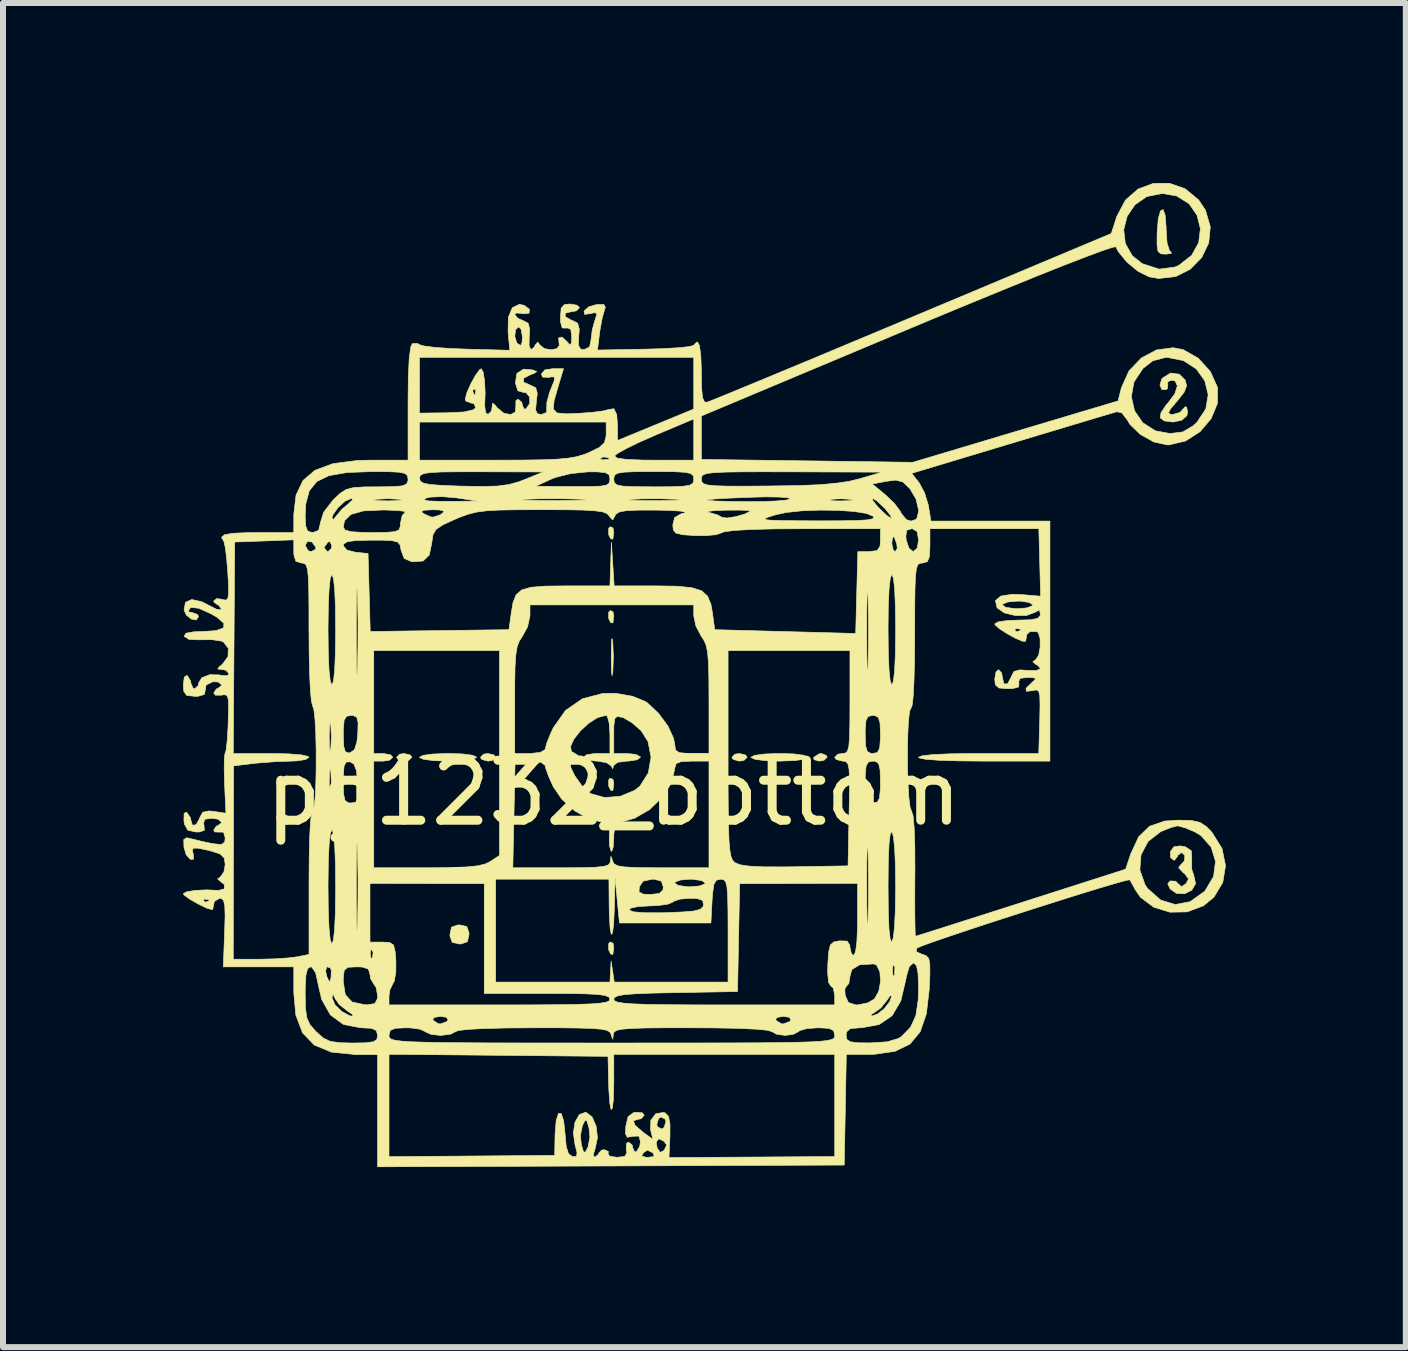
<source format=kicad_pcb>
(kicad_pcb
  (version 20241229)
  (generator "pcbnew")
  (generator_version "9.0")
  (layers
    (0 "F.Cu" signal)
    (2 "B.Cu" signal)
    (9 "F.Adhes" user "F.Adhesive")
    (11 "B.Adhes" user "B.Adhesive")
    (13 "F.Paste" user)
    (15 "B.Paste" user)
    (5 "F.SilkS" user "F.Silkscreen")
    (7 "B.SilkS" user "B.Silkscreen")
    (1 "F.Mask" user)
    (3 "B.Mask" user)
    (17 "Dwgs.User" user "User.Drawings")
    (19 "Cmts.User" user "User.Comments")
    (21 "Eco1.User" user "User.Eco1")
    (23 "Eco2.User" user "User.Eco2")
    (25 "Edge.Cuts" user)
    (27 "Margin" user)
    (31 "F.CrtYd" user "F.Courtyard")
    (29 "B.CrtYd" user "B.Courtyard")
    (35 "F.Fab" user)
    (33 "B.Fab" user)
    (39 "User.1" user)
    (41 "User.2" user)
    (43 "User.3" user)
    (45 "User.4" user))
  (footprint "pg1232_bottom"
    (layer "F.Cu")
    (at 7.178 9.667)
    (property "Reference" "pg1232_bottom" (at 0 0.5 0) (layer "F.SilkS") (effects (font (size 1 1) (thickness 0.15))))
    (attr through_hole)
    (fp_poly (pts (xy -0.01 -3.917) (xy 0.003 -3.844) (xy -0.012 -3.73) (xy -0.049 -3.737) (xy -0.083 -3.807) (xy -0.082 -3.909) (xy -0.058 -3.937) (xy -0.01 -3.917)) (stroke (width 0.01) (type solid)) (fill yes) (layer "F.SilkS"))
    (fp_poly (pts (xy -0.01 -2.52) (xy 0.003 -2.447) (xy -0.012 -2.333) (xy -0.049 -2.34) (xy -0.083 -2.41) (xy -0.082 -2.512) (xy -0.058 -2.54) (xy -0.01 -2.52)) (stroke (width 0.01) (type solid)) (fill yes) (layer "F.SilkS"))
    (fp_poly (pts (xy -0.01 0.274) (xy 0.003 0.347) (xy -0.012 0.461) (xy -0.049 0.454) (xy -0.083 0.384) (xy -0.082 0.282) (xy -0.058 0.254) (xy -0.01 0.274)) (stroke (width 0.01) (type solid)) (fill yes) (layer "F.SilkS"))
    (fp_poly (pts (xy -0.01 3.005) (xy 0.003 3.077) (xy -0.012 3.192) (xy -0.049 3.185) (xy -0.083 3.115) (xy -0.082 3.013) (xy -0.058 2.984) (xy -0.01 3.005)) (stroke (width 0.01) (type solid)) (fill yes) (layer "F.SilkS"))
    (fp_poly (pts (xy -3.387 -0.131) (xy -3.363 -0.094) (xy -3.416 -0.042) (xy -3.49 -0.03) (xy -3.593 -0.057) (xy -3.617 -0.094) (xy -3.564 -0.146) (xy -3.49 -0.157) (xy -3.387 -0.131)) (stroke (width 0.01) (type solid)) (fill yes) (layer "F.SilkS"))
    (fp_poly (pts (xy -1.99 -0.131) (xy -1.966 -0.094) (xy -2.019 -0.042) (xy -2.093 -0.03) (xy -2.196 -0.057) (xy -2.22 -0.094) (xy -2.167 -0.146) (xy -2.093 -0.157) (xy -1.99 -0.131)) (stroke (width 0.01) (type solid)) (fill yes) (layer "F.SilkS"))
    (fp_poly (pts (xy 2.201 -0.131) (xy 2.225 -0.094) (xy 2.172 -0.042) (xy 2.098 -0.03) (xy 1.995 -0.057) (xy 1.971 -0.094) (xy 2.024 -0.146) (xy 2.098 -0.157) (xy 2.201 -0.131)) (stroke (width 0.01) (type solid)) (fill yes) (layer "F.SilkS"))
    (fp_poly (pts (xy 3.549 -0.122) (xy 3.559 -0.094) (xy 3.505 -0.043) (xy 3.428 -0.03) (xy 3.34 -0.055) (xy 3.336 -0.094) (xy 3.428 -0.152) (xy 3.467 -0.157) (xy 3.549 -0.122)) (stroke (width 0.01) (type solid)) (fill yes) (layer "F.SilkS"))
    (fp_poly (pts (xy -0.02 -2.06) (xy -0.014 -2.013) (xy -0.004 -1.773) (xy -0.012 -1.537) (xy -0.015 -1.505) (xy -0.026 -1.453) (xy -0.034 -1.515) (xy -0.039 -1.675) (xy -0.039 -1.777) (xy -0.036 -1.973) (xy -0.03 -2.071) (xy -0.02 -2.06)) (stroke (width 0.01) (type solid)) (fill yes) (layer "F.SilkS"))
    (fp_poly (pts (xy -2.448 2.726) (xy -2.411 2.83) (xy -2.41 2.859) (xy -2.437 2.98) (xy -2.54 3.017) (xy -2.569 3.018) (xy -2.69 2.991) (xy -2.727 2.888) (xy -2.728 2.859) (xy -2.702 2.738) (xy -2.598 2.701) (xy -2.569 2.7) (xy -2.448 2.726)) (stroke (width 0.01) (type solid)) (fill yes) (layer "F.SilkS"))
    (fp_poly (pts (xy 9.193 -9.134) (xy 9.21 -8.926) (xy 9.21 -8.899) (xy 9.225 -8.669) (xy 9.266 -8.538) (xy 9.289 -8.518) (xy 9.297 -8.493) (xy 9.21 -8.481) (xy 9.121 -8.486) (xy 9.074 -8.528) (xy 9.058 -8.638) (xy 9.06 -8.839) (xy 9.079 -9.072) (xy 9.116 -9.202) (xy 9.158 -9.224) (xy 9.193 -9.134)) (stroke (width 0.01) (type solid)) (fill yes) (layer "F.SilkS"))
    (fp_poly (pts (xy -2.52 -0.15) (xy -2.352 -0.128) (xy -2.284 -0.097) (xy -2.283 -0.094) (xy -2.343 -0.062) (xy -2.503 -0.04) (xy -2.737 -0.031) (xy -2.76 -0.03) (xy -3 -0.038) (xy -3.167 -0.06) (xy -3.236 -0.091) (xy -3.236 -0.094) (xy -3.177 -0.126) (xy -3.017 -0.148) (xy -2.782 -0.157) (xy -2.76 -0.157) (xy -2.52 -0.15)) (stroke (width 0.01) (type solid)) (fill yes) (layer "F.SilkS"))
    (fp_poly (pts (xy 3.005 -0.15) (xy 3.172 -0.128) (xy 3.241 -0.097) (xy 3.241 -0.094) (xy 3.182 -0.062) (xy 3.022 -0.04) (xy 2.787 -0.031) (xy 2.765 -0.03) (xy 2.525 -0.038) (xy 2.358 -0.06) (xy 2.289 -0.091) (xy 2.289 -0.094) (xy 2.348 -0.126) (xy 2.508 -0.148) (xy 2.742 -0.157) (xy 2.765 -0.157) (xy 3.005 -0.15)) (stroke (width 0.01) (type solid)) (fill yes) (layer "F.SilkS"))
    (fp_poly (pts (xy 9.431 -6.479) (xy 9.526 -6.383) (xy 9.552 -6.287) (xy 9.51 -6.179) (xy 9.395 -6.034) (xy 9.281 -5.899) (xy 9.248 -5.832) (xy 9.287 -5.81) (xy 9.325 -5.809) (xy 9.443 -5.843) (xy 9.482 -5.888) (xy 9.531 -5.938) (xy 9.552 -5.929) (xy 9.569 -5.845) (xy 9.554 -5.786) (xy 9.468 -5.712) (xy 9.322 -5.682) (xy 9.18 -5.701) (xy 9.112 -5.751) (xy 9.124 -5.836) (xy 9.207 -5.962) (xy 9.235 -5.992) (xy 9.354 -6.151) (xy 9.397 -6.284) (xy 9.36 -6.366) (xy 9.302 -6.38) (xy 9.234 -6.352) (xy 9.239 -6.321) (xy 9.232 -6.239) (xy 9.215 -6.225) (xy 9.14 -6.222) (xy 9.107 -6.296) (xy 9.136 -6.397) (xy 9.149 -6.415) (xy 9.285 -6.499) (xy 9.431 -6.479)) (stroke (width 0.01) (type solid)) (fill yes) (layer "F.SilkS"))
    (fp_poly (pts (xy 9.534 1.4) (xy 9.63 1.465) (xy 9.638 1.592) (xy 9.636 1.606) (xy 9.637 1.774) (xy 9.673 1.881) (xy 9.701 2.012) (xy 9.639 2.119) (xy 9.521 2.18) (xy 9.385 2.176) (xy 9.278 2.102) (xy 9.237 2.014) (xy 9.278 1.967) (xy 9.369 1.972) (xy 9.405 2.009) (xy 9.465 2.063) (xy 9.541 2.013) (xy 9.584 1.935) (xy 9.527 1.856) (xy 9.496 1.831) (xy 9.418 1.747) (xy 9.448 1.703) (xy 9.513 1.636) (xy 9.523 1.545) (xy 9.473 1.494) (xy 9.464 1.494) (xy 9.402 1.542) (xy 9.401 1.557) (xy 9.352 1.619) (xy 9.337 1.621) (xy 9.282 1.574) (xy 9.282 1.478) (xy 9.338 1.398) (xy 9.338 1.398) (xy 9.445 1.383) (xy 9.534 1.4)) (stroke (width 0.01) (type solid)) (fill yes) (layer "F.SilkS"))
    (fp_poly (pts (xy 9.526 -9.571) (xy 9.751 -9.385) (xy 9.865 -9.215) (xy 9.946 -8.938) (xy 9.92 -8.667) (xy 9.803 -8.424) (xy 9.613 -8.23) (xy 9.369 -8.107) (xy 9.087 -8.075) (xy 8.928 -8.102) (xy 8.741 -8.195) (xy 8.553 -8.351) (xy 8.411 -8.526) (xy 8.373 -8.604) (xy 8.312 -8.594) (xy 8.142 -8.537) (xy 7.871 -8.436) (xy 7.509 -8.296) (xy 7.062 -8.118) (xy 6.541 -7.906) (xy 5.951 -7.664) (xy 5.303 -7.395) (xy 4.907 -7.229) (xy 1.463 -5.783) (xy 1.463 -5.059) (xy 4.987 -5.011) (xy 6.698 -5.523) (xy 8.409 -6.034) (xy 8.427 -6.105) (xy 8.63 -6.105) (xy 8.683 -5.87) (xy 8.82 -5.671) (xy 9.03 -5.536) (xy 9.274 -5.491) (xy 9.49 -5.518) (xy 9.66 -5.619) (xy 9.723 -5.677) (xy 9.871 -5.9) (xy 9.911 -6.139) (xy 9.854 -6.37) (xy 9.713 -6.567) (xy 9.499 -6.706) (xy 9.224 -6.761) (xy 9.208 -6.761) (xy 8.988 -6.703) (xy 8.824 -6.576) (xy 8.674 -6.35) (xy 8.63 -6.105) (xy 8.427 -6.105) (xy 8.465 -6.255) (xy 8.591 -6.534) (xy 8.796 -6.749) (xy 9.05 -6.884) (xy 9.328 -6.921) (xy 9.494 -6.889) (xy 9.743 -6.748) (xy 9.947 -6.524) (xy 10.065 -6.263) (xy 10.067 -6.254) (xy 10.065 -5.992) (xy 9.96 -5.739) (xy 9.776 -5.522) (xy 9.535 -5.367) (xy 9.262 -5.302) (xy 9.232 -5.301) (xy 9.006 -5.35) (xy 8.78 -5.475) (xy 8.606 -5.644) (xy 8.562 -5.718) (xy 8.471 -5.836) (xy 8.388 -5.854) (xy 8.303 -5.829) (xy 8.113 -5.773) (xy 7.836 -5.69) (xy 7.487 -5.585) (xy 7.084 -5.464) (xy 6.643 -5.331) (xy 6.629 -5.327) (xy 4.969 -4.827) (xy 5.09 -4.674) (xy 5.182 -4.505) (xy 5.246 -4.298) (xy 5.25 -4.275) (xy 5.289 -4.031) (xy 7.273 -4.031) (xy 7.273 -0.03) (xy 6.178 -0.03) (xy 5.753 -0.034) (xy 5.424 -0.044) (xy 5.201 -0.061) (xy 5.092 -0.084) (xy 5.083 -0.094) (xy 5.144 -0.119) (xy 5.323 -0.139) (xy 5.608 -0.152) (xy 5.989 -0.157) (xy 6.085 -0.157) (xy 7.087 -0.157) (xy 7.103 -0.702) (xy 7.108 -0.964) (xy 7.104 -1.122) (xy 7.084 -1.199) (xy 7.044 -1.218) (xy 6.989 -1.206) (xy 6.881 -1.193) (xy 6.874 -1.243) (xy 6.971 -1.338) (xy 6.972 -1.339) (xy 7.037 -1.399) (xy 7 -1.421) (xy 6.901 -1.425) (xy 6.774 -1.41) (xy 6.751 -1.35) (xy 6.757 -1.332) (xy 6.752 -1.267) (xy 6.656 -1.24) (xy 6.573 -1.237) (xy 6.423 -1.249) (xy 6.363 -1.303) (xy 6.353 -1.396) (xy 6.374 -1.515) (xy 6.416 -1.554) (xy 6.468 -1.501) (xy 6.48 -1.427) (xy 6.506 -1.318) (xy 6.565 -1.317) (xy 6.623 -1.421) (xy 6.627 -1.435) (xy 6.673 -1.524) (xy 6.772 -1.551) (xy 6.888 -1.543) (xy 7.047 -1.54) (xy 7.115 -1.57) (xy 7.075 -1.623) (xy 7.035 -1.644) (xy 6.988 -1.686) (xy 7.035 -1.719) (xy 7.085 -1.794) (xy 7.11 -1.929) (xy 7.109 -2.072) (xy 7.08 -2.172) (xy 7.051 -2.189) (xy 6.94 -2.189) (xy 6.887 -2.14) (xy 6.884 -2.126) (xy 6.87 -2.035) (xy 6.868 -2.029) (xy 6.815 -2.029) (xy 6.697 -2.079) (xy 6.555 -2.157) (xy 6.44 -2.232) (xy 6.691 -2.232) (xy 6.7 -2.194) (xy 6.734 -2.189) (xy 6.786 -2.213) (xy 6.776 -2.232) (xy 6.701 -2.239) (xy 6.691 -2.232) (xy 6.44 -2.232) (xy 6.428 -2.239) (xy 6.357 -2.305) (xy 6.353 -2.318) (xy 6.41 -2.351) (xy 6.56 -2.373) (xy 6.734 -2.38) (xy 6.951 -2.386) (xy 7.069 -2.41) (xy 7.112 -2.459) (xy 7.115 -2.483) (xy 7.096 -2.55) (xy 7.024 -2.511) (xy 7.024 -2.511) (xy 6.883 -2.458) (xy 6.693 -2.457) (xy 6.51 -2.502) (xy 6.393 -2.585) (xy 6.391 -2.588) (xy 6.381 -2.634) (xy 6.48 -2.634) (xy 6.536 -2.594) (xy 6.677 -2.572) (xy 6.734 -2.57) (xy 6.893 -2.585) (xy 6.981 -2.62) (xy 6.988 -2.634) (xy 6.931 -2.674) (xy 6.79 -2.696) (xy 6.734 -2.697) (xy 6.574 -2.683) (xy 6.486 -2.648) (xy 6.48 -2.634) (xy 6.381 -2.634) (xy 6.365 -2.706) (xy 6.453 -2.781) (xy 6.647 -2.811) (xy 6.815 -2.805) (xy 7.118 -2.779) (xy 7.103 -3.342) (xy 7.088 -3.904) (xy 5.273 -3.904) (xy 5.273 -3.618) (xy 5.265 -3.44) (xy 5.23 -3.355) (xy 5.155 -3.333) (xy 5.146 -3.332) (xy 5.102 -3.327) (xy 5.069 -3.301) (xy 5.047 -3.235) (xy 5.032 -3.115) (xy 5.024 -2.923) (xy 5.02 -2.642) (xy 5.019 -2.255) (xy 5.019 -2.126) (xy 5.016 -1.71) (xy 5.007 -1.367) (xy 4.994 -1.112) (xy 4.976 -0.959) (xy 4.959 -0.919) (xy 4.934 -0.861) (xy 4.915 -0.703) (xy 4.904 -0.475) (xy 4.899 -0.205) (xy 4.9 0.08) (xy 4.908 0.351) (xy 4.922 0.581) (xy 4.942 0.74) (xy 4.965 0.801) (xy 4.992 0.882) (xy 5.01 1.081) (xy 5.021 1.39) (xy 5.023 1.801) (xy 5.022 1.866) (xy 5.02 2.21) (xy 5.021 2.505) (xy 5.024 2.729) (xy 5.028 2.862) (xy 5.032 2.889) (xy 5.095 2.87) (xy 5.264 2.817) (xy 5.522 2.735) (xy 5.856 2.628) (xy 6.25 2.503) (xy 6.688 2.363) (xy 6.793 2.329) (xy 8.493 1.785) (xy 8.772 1.785) (xy 8.859 2.032) (xy 8.901 2.093) (xy 9.119 2.286) (xy 9.362 2.36) (xy 9.61 2.313) (xy 9.844 2.146) (xy 9.861 2.128) (xy 10.001 1.893) (xy 10.033 1.641) (xy 9.961 1.404) (xy 9.791 1.211) (xy 9.684 1.147) (xy 9.525 1.081) (xy 9.409 1.05) (xy 9.401 1.049) (xy 9.296 1.075) (xy 9.139 1.137) (xy 9.117 1.147) (xy 8.909 1.309) (xy 8.791 1.533) (xy 8.772 1.785) (xy 8.493 1.785) (xy 8.535 1.772) (xy 8.621 1.514) (xy 8.752 1.232) (xy 8.933 1.056) (xy 9.186 0.969) (xy 9.411 0.954) (xy 9.633 0.96) (xy 9.774 0.991) (xy 9.883 1.063) (xy 9.974 1.157) (xy 10.141 1.425) (xy 10.2 1.713) (xy 10.154 1.993) (xy 10.006 2.238) (xy 9.833 2.381) (xy 9.561 2.483) (xy 9.273 2.488) (xy 9.002 2.404) (xy 8.783 2.24) (xy 8.697 2.116) (xy 8.634 1.999) (xy 8.603 1.948) (xy 8.539 1.959) (xy 8.373 2.005) (xy 8.123 2.079) (xy 7.808 2.175) (xy 7.446 2.289) (xy 7.055 2.413) (xy 6.653 2.542) (xy 6.26 2.669) (xy 5.893 2.79) (xy 5.57 2.899) (xy 5.31 2.988) (xy 5.132 3.053) (xy 5.053 3.088) (xy 5.052 3.089) (xy 5.049 3.148) (xy 5.139 3.188) (xy 5.21 3.213) (xy 5.253 3.259) (xy 5.271 3.355) (xy 5.272 3.525) (xy 5.261 3.773) (xy 5.214 4.18) (xy 5.111 4.481) (xy 4.94 4.686) (xy 4.691 4.807) (xy 4.353 4.856) (xy 4.233 4.859) (xy 3.879 4.859) (xy 3.862 5.781) (xy 3.844 6.703) (xy -0.045 6.718) (xy -3.934 6.732) (xy -3.934 6.563) (xy -3.744 6.563) (xy -0.982 6.542) (xy -0.976 6.196) (xy -0.957 5.96) (xy -0.919 5.842) (xy -0.873 5.843) (xy -0.833 5.965) (xy -0.81 6.172) (xy -0.79 6.393) (xy -0.752 6.514) (xy -0.689 6.56) (xy -0.685 6.561) (xy -0.618 6.558) (xy -0.61 6.492) (xy -0.642 6.371) (xy -0.665 6.211) (xy -0.553 6.211) (xy -0.538 6.363) (xy -0.502 6.483) (xy -0.471 6.489) (xy -0.427 6.403) (xy -0.395 6.238) (xy -0.41 6.085) (xy -0.446 5.965) (xy -0.476 5.959) (xy -0.521 6.046) (xy -0.553 6.211) (xy -0.665 6.211) (xy -0.671 6.171) (xy -0.643 5.989) (xy -0.571 5.861) (xy -0.465 5.822) (xy -0.46 5.823) (xy -0.359 5.9) (xy -0.291 6.055) (xy -0.269 6.243) (xy -0.304 6.416) (xy -0.304 6.416) (xy -0.34 6.536) (xy -0.314 6.574) (xy -0.253 6.525) (xy -0.251 6.51) (xy -0.2 6.454) (xy -0.152 6.447) (xy -0.087 6.477) (xy -0.093 6.51) (xy -0.068 6.555) (xy 0.054 6.574) (xy 0.056 6.574) (xy 0.187 6.559) (xy 0.19 6.554) (xy 0.467 6.554) (xy 0.543 6.573) (xy 0.574 6.574) (xy 0.675 6.561) (xy 0.665 6.513) (xy 0.65 6.497) (xy 0.564 6.454) (xy 0.498 6.497) (xy 0.467 6.554) (xy 0.19 6.554) (xy 0.221 6.501) (xy 0.211 6.447) (xy 0.213 6.345) (xy 0.249 6.32) (xy 0.311 6.371) (xy 0.32 6.419) (xy 0.351 6.484) (xy 0.384 6.478) (xy 0.436 6.389) (xy 0.446 6.319) (xy 0.71 6.319) (xy 0.727 6.423) (xy 0.779 6.493) (xy 0.843 6.457) (xy 0.884 6.37) (xy 0.842 6.308) (xy 0.753 6.264) (xy 0.71 6.319) (xy 0.446 6.319) (xy 0.447 6.311) (xy 0.422 6.22) (xy 0.326 6.223) (xy 0.316 6.226) (xy 0.228 6.239) (xy 0.198 6.183) (xy 0.204 6.055) (xy 0.241 5.899) (xy 0.327 5.832) (xy 0.368 5.823) (xy 0.478 5.832) (xy 0.511 5.871) (xy 0.459 5.931) (xy 0.415 5.939) (xy 0.33 5.965) (xy 0.358 6.04) (xy 0.49 6.155) (xy 0.656 6.276) (xy 0.616 6.115) (xy 0.618 6.029) (xy 0.719 6.029) (xy 0.733 6.066) (xy 0.803 6.103) (xy 0.842 6.077) (xy 0.873 5.975) (xy 0.86 5.939) (xy 0.79 5.901) (xy 0.75 5.927) (xy 0.719 6.029) (xy 0.618 6.029) (xy 0.621 5.956) (xy 0.702 5.848) (xy 0.831 5.826) (xy 0.859 5.834) (xy 0.916 5.892) (xy 0.94 6.025) (xy 0.939 6.225) (xy 0.923 6.578) (xy 2.304 6.57) (xy 3.686 6.561) (xy 3.686 4.859) (xy 0.003 4.859) (xy 0.003 5.346) (xy -0.004 5.614) (xy -0.021 5.757) (xy -0.042 5.777) (xy -0.063 5.674) (xy -0.079 5.451) (xy -0.083 5.323) (xy -0.093 4.891) (xy -3.744 4.857) (xy -3.744 6.563) (xy -3.934 6.563) (xy -3.934 4.859) (xy -4.319 4.859) (xy -4.702 4.821) (xy -4.988 4.703) (xy -5.185 4.499) (xy -5.297 4.203) (xy -5.329 3.848) (xy -5.141 3.848) (xy -5.136 4.091) (xy -5.114 4.248) (xy -5.063 4.36) (xy -4.97 4.468) (xy -4.955 4.483) (xy -4.84 4.585) (xy -4.724 4.641) (xy -4.564 4.664) (xy -4.352 4.669) (xy -4.127 4.665) (xy -4.001 4.647) (xy -3.946 4.608) (xy -3.934 4.542) (xy -3.744 4.542) (xy -3.742 4.568) (xy -3.728 4.591) (xy -3.694 4.61) (xy -3.63 4.625) (xy -3.526 4.638) (xy -3.372 4.648) (xy -3.16 4.655) (xy -2.879 4.661) (xy -2.519 4.664) (xy -2.072 4.667) (xy -1.528 4.668) (xy -0.877 4.668) (xy -0.109 4.669) (xy -0.029 4.669) (xy 0.75 4.668) (xy 1.412 4.668) (xy 1.966 4.667) (xy 2.422 4.665) (xy 2.789 4.661) (xy 3.078 4.656) (xy 3.296 4.649) (xy 3.455 4.639) (xy 3.563 4.627) (xy 3.631 4.611) (xy 3.668 4.593) (xy 3.683 4.571) (xy 3.686 4.544) (xy 3.686 4.542) (xy 3.876 4.542) (xy 3.889 4.611) (xy 3.948 4.649) (xy 4.081 4.665) (xy 4.273 4.667) (xy 4.559 4.649) (xy 4.746 4.594) (xy 4.805 4.556) (xy 4.951 4.403) (xy 5.038 4.212) (xy 5.077 3.95) (xy 5.083 3.752) (xy 5.075 3.512) (xy 5.05 3.38) (xy 5.002 3.335) (xy 4.996 3.335) (xy 4.929 3.395) (xy 4.879 3.563) (xy 4.871 3.613) (xy 4.787 3.967) (xy 4.642 4.214) (xy 4.429 4.36) (xy 4.141 4.414) (xy 4.101 4.415) (xy 3.947 4.428) (xy 3.884 4.482) (xy 3.876 4.542) (xy 3.686 4.542) (xy 3.667 4.462) (xy 3.588 4.424) (xy 3.418 4.415) (xy 3.404 4.415) (xy 3.224 4.428) (xy 3.104 4.461) (xy 3.082 4.478) (xy 2.996 4.524) (xy 2.86 4.542) (xy 2.715 4.522) (xy 2.638 4.478) (xy 2.561 4.456) (xy 2.369 4.438) (xy 2.073 4.424) (xy 1.683 4.417) (xy 1.301 4.415) (xy 0.862 4.415) (xy 0.534 4.418) (xy 0.301 4.426) (xy 0.147 4.438) (xy 0.056 4.456) (xy 0.01 4.483) (xy -0.004 4.519) (xy -0.005 4.526) (xy -0.014 4.604) (xy -0.032 4.559) (xy -0.041 4.526) (xy -0.061 4.488) (xy -0.108 4.459) (xy -0.2 4.439) (xy -0.352 4.426) (xy -0.582 4.419) (xy -0.906 4.415) (xy -1.332 4.415) (xy -1.781 4.418) (xy -2.147 4.427) (xy -2.419 4.441) (xy -2.585 4.46) (xy -2.633 4.478) (xy -2.717 4.521) (xy -2.871 4.541) (xy -2.887 4.542) (xy -3.044 4.524) (xy -3.137 4.483) (xy -3.141 4.478) (xy -3.223 4.439) (xy -3.384 4.417) (xy -3.462 4.415) (xy -3.639 4.423) (xy -3.722 4.458) (xy -3.744 4.535) (xy -3.744 4.542) (xy -3.934 4.542) (xy -3.954 4.462) (xy -4.032 4.424) (xy -4.203 4.415) (xy -4.215 4.415) (xy -4.502 4.36) (xy -4.601 4.288) (xy -3.014 4.288) (xy -2.922 4.347) (xy -2.887 4.351) (xy -2.78 4.311) (xy -2.76 4.288) (xy 2.701 4.288) (xy 2.793 4.347) (xy 2.828 4.351) (xy 2.935 4.311) (xy 2.955 4.288) (xy 2.933 4.241) (xy 2.828 4.224) (xy 2.718 4.244) (xy 2.701 4.288) (xy -2.76 4.288) (xy -2.782 4.241) (xy -2.887 4.224) (xy -2.997 4.244) (xy -3.014 4.288) (xy -4.601 4.288) (xy -4.721 4.2) (xy -4.866 3.942) (xy -4.871 3.919) (xy -4.692 3.919) (xy -4.645 4.03) (xy -4.531 4.143) (xy -4.398 4.215) (xy -4.349 4.222) (xy -4.348 4.2) (xy 4.287 4.2) (xy 4.305 4.22) (xy 4.404 4.182) (xy 4.511 4.097) (xy 4.603 3.978) (xy 4.634 3.891) (xy 4.609 3.877) (xy 4.564 3.947) (xy 4.452 4.086) (xy 4.361 4.15) (xy 4.287 4.2) (xy -4.348 4.2) (xy -4.348 4.195) (xy -4.438 4.134) (xy -4.439 4.133) (xy -4.573 4.027) (xy -4.641 3.929) (xy -4.678 3.852) (xy -4.691 3.893) (xy -4.692 3.919) (xy -4.871 3.919) (xy -4.919 3.717) (xy -4.933 3.649) (xy -4.506 3.649) (xy -4.472 3.863) (xy -4.359 3.985) (xy -4.152 4.03) (xy -4.109 4.032) (xy -3.98 4.012) (xy -3.937 3.928) (xy -3.934 3.879) (xy -3.958 3.744) (xy -3.998 3.684) (xy -4.051 3.595) (xy -4.061 3.522) (xy -4.088 3.436) (xy -4.189 3.402) (xy -4.284 3.399) (xy -4.427 3.406) (xy -4.49 3.455) (xy -4.506 3.58) (xy -4.506 3.649) (xy -4.933 3.649) (xy -4.966 3.499) (xy -4.987 3.468) (xy -4.801 3.468) (xy -4.779 3.564) (xy -4.74 3.648) (xy -4.718 3.614) (xy -4.709 3.568) (xy -4.706 3.452) (xy -4.723 3.415) (xy -4.781 3.398) (xy -4.801 3.468) (xy -4.987 3.468) (xy -5.031 3.403) (xy -5.052 3.399) (xy -5.101 3.43) (xy -5.129 3.539) (xy -5.14 3.745) (xy -5.141 3.848) (xy -5.329 3.848) (xy -5.331 3.827) (xy -5.331 3.399) (xy -6.506 3.399) (xy -6.501 3.272) (xy -6.34 3.272) (xy -5.907 3.272) (xy -5.651 3.266) (xy -5.418 3.25) (xy -5.276 3.232) (xy -5.077 3.192) (xy -5.077 3.171) (xy -4.056 3.171) (xy -4.045 3.253) (xy -4.023 3.254) (xy -4.008 3.169) (xy -4.018 3.133) (xy -4.046 3.109) (xy -4.056 3.171) (xy -5.077 3.171) (xy -5.077 2.065) (xy -4.76 2.065) (xy -4.756 2.453) (xy -4.744 2.748) (xy -4.725 2.94) (xy -4.7 3.017) (xy -4.696 3.018) (xy -4.684 2.987) (xy -4.061 2.987) (xy -3.855 2.986) (xy -3.732 2.993) (xy -3.668 3.035) (xy -3.641 3.147) (xy -3.629 3.296) (xy -3.63 3.491) (xy -3.656 3.636) (xy -3.677 3.674) (xy -3.731 3.788) (xy -3.744 3.887) (xy -3.744 4.034) (xy -1.902 4.034) (xy -1.364 4.033) (xy -0.94 4.03) (xy -0.617 4.025) (xy -0.382 4.017) (xy -0.222 4.004) (xy -0.123 3.988) (xy -0.074 3.966) (xy -0.062 3.94) (xy 0.003 3.94) (xy 0.017 3.967) (xy 0.07 3.989) (xy 0.173 4.005) (xy 0.341 4.017) (xy 0.585 4.026) (xy 0.919 4.03) (xy 1.355 4.033) (xy 1.844 4.034) (xy 3.686 4.034) (xy 3.686 3.875) (xy 3.665 3.769) (xy 3.854 3.769) (xy 3.86 3.875) (xy 3.914 3.994) (xy 4.036 4.033) (xy 4.069 4.034) (xy 4.239 3.999) (xy 4.348 3.934) (xy 4.42 3.806) (xy 4.45 3.641) (xy 4.438 3.481) (xy 4.429 3.462) (xy 4.648 3.462) (xy 4.658 3.552) (xy 4.68 3.541) (xy 4.688 3.411) (xy 4.68 3.383) (xy 4.657 3.375) (xy 4.648 3.462) (xy 4.429 3.462) (xy 4.386 3.372) (xy 4.336 3.35) (xy 4.101 3.365) (xy 3.97 3.446) (xy 3.94 3.558) (xy 3.921 3.677) (xy 3.885 3.716) (xy 3.854 3.769) (xy 3.665 3.769) (xy 3.663 3.755) (xy 3.619 3.716) (xy 3.582 3.657) (xy 3.568 3.491) (xy 3.571 3.351) (xy 3.586 3.144) (xy 3.614 3.033) (xy 3.672 2.983) (xy 3.765 2.966) (xy 3.893 2.97) (xy 3.938 3.038) (xy 3.94 3.077) (xy 3.965 3.182) (xy 4.003 3.208) (xy 4.033 3.148) (xy 4.055 2.981) (xy 4.066 2.726) (xy 4.067 2.608) (xy 4.067 2.033) (xy 4.22 2.033) (xy 4.221 2.355) (xy 4.224 2.587) (xy 4.228 2.72) (xy 4.233 2.745) (xy 4.24 2.655) (xy 4.241 2.624) (xy 4.248 2.284) (xy 4.249 2.065) (xy 4.575 2.065) (xy 4.579 2.471) (xy 4.59 2.762) (xy 4.61 2.936) (xy 4.636 2.987) (xy 4.638 2.986) (xy 4.663 2.909) (xy 4.683 2.723) (xy 4.696 2.448) (xy 4.701 2.102) (xy 4.702 2.065) (xy 4.697 1.713) (xy 4.685 1.43) (xy 4.665 1.235) (xy 4.641 1.147) (xy 4.638 1.144) (xy 4.611 1.188) (xy 4.591 1.355) (xy 4.579 1.64) (xy 4.575 2.039) (xy 4.575 2.065) (xy 4.249 2.065) (xy 4.249 1.894) (xy 4.243 1.53) (xy 4.241 1.481) (xy 4.235 1.356) (xy 4.229 1.349) (xy 4.224 1.454) (xy 4.221 1.66) (xy 4.22 1.961) (xy 4.22 2.033) (xy 4.067 2.033) (xy 4.067 2.008) (xy 2.101 2.013) (xy 2.066 3.811) (xy 1.034 3.829) (xy 0.643 3.837) (xy 0.361 3.848) (xy 0.173 3.863) (xy 0.062 3.885) (xy 0.011 3.914) (xy 0.003 3.94) (xy -0.062 3.94) (xy -0.061 3.938) (xy -0.078 3.903) (xy -0.139 3.877) (xy -0.261 3.859) (xy -0.462 3.849) (xy -0.758 3.844) (xy -1.109 3.843) (xy -2.156 3.843) (xy -2.156 2.013) (xy -3.109 2.011) (xy -4.061 2.009) (xy -4.061 2.987) (xy -4.684 2.987) (xy -4.671 2.956) (xy -4.651 2.778) (xy -4.638 2.495) (xy -4.633 2.118) (xy -4.633 2.065) (xy -4.289 2.065) (xy -4.288 2.39) (xy -4.285 2.625) (xy -4.281 2.759) (xy -4.276 2.786) (xy -4.27 2.697) (xy -4.268 2.652) (xy -4.261 2.292) (xy -4.26 1.938) (xy -1.966 1.938) (xy -1.966 3.653) (xy -0.061 3.653) (xy -0.042 3.303) (xy -0.015 3.478) (xy 0.011 3.653) (xy 1.908 3.653) (xy 1.908 2.795) (xy 1.906 2.451) (xy 1.901 2.213) (xy 1.889 2.063) (xy 1.867 1.98) (xy 1.833 1.945) (xy 1.784 1.938) (xy 1.712 1.955) (xy 1.671 2.027) (xy 1.649 2.182) (xy 1.641 2.303) (xy 1.622 2.668) (xy 0.098 2.668) (xy 0.076 2.448) (xy 0.257 2.448) (xy 0.318 2.48) (xy 0.497 2.497) (xy 0.785 2.498) (xy 0.87 2.496) (xy 1.157 2.484) (xy 1.341 2.468) (xy 1.444 2.44) (xy 1.49 2.398) (xy 1.499 2.367) (xy 1.485 2.293) (xy 1.394 2.261) (xy 1.271 2.256) (xy 1.103 2.271) (xy 0.997 2.308) (xy 0.987 2.319) (xy 0.906 2.354) (xy 0.741 2.377) (xy 0.602 2.383) (xy 0.406 2.394) (xy 0.283 2.422) (xy 0.257 2.448) (xy 0.076 2.448) (xy 0.061 2.287) (xy 0.048 2.151) (xy 0.424 2.151) (xy 0.494 2.187) (xy 0.612 2.192) (xy 0.762 2.177) (xy 0.822 2.119) (xy 0.828 2.065) (xy 0.807 2.002) (xy 1.019 2.002) (xy 1.075 2.041) (xy 1.216 2.063) (xy 1.273 2.065) (xy 1.432 2.051) (xy 1.52 2.016) (xy 1.527 2.002) (xy 1.47 1.962) (xy 1.329 1.94) (xy 1.273 1.938) (xy 1.113 1.952) (xy 1.025 1.987) (xy 1.019 2.002) (xy 0.807 2.002) (xy 0.797 1.971) (xy 0.681 1.939) (xy 0.645 1.938) (xy 0.491 1.971) (xy 0.429 2.065) (xy 0.424 2.151) (xy 0.048 2.151) (xy 0.024 1.906) (xy 0.013 2.409) (xy 0.001 2.684) (xy -0.018 2.833) (xy -0.039 2.858) (xy -0.058 2.759) (xy -0.071 2.538) (xy -0.074 2.388) (xy -0.078 1.938) (xy -1.966 1.938) (xy -4.26 1.938) (xy -4.26 1.886) (xy -4.263 1.748) (xy -1.68 1.748) (xy -0.871 1.748) (xy -0.535 1.746) (xy -0.306 1.739) (xy -0.164 1.725) (xy -0.088 1.7) (xy -0.058 1.662) (xy -0.054 1.636) (xy -0.045 1.558) (xy -0.026 1.603) (xy -0.017 1.636) (xy 0.008 1.683) (xy 0.069 1.715) (xy 0.186 1.734) (xy 0.381 1.744) (xy 0.674 1.747) (xy 0.801 1.748) (xy 1.59 1.748) (xy 1.59 -0.03) (xy 1.304 -0.03) (xy 1.126 -0.022) (xy 1.042 0.012) (xy 1.019 0.087) (xy 1.019 0.1) (xy 0.962 0.336) (xy 0.813 0.572) (xy 0.6 0.778) (xy 0.353 0.92) (xy 0.223 0.958) (xy 0.082 0.995) (xy 0.019 1.061) (xy 0.003 1.2) (xy 0.003 1.257) (xy -0.007 1.405) (xy -0.031 1.472) (xy -0.043 1.469) (xy -0.069 1.38) (xy -0.072 1.224) (xy -0.07 1.204) (xy -0.069 1.056) (xy -0.113 0.995) (xy -0.193 0.986) (xy -0.413 0.934) (xy -0.65 0.797) (xy -0.863 0.605) (xy -1.007 0.395) (xy -1.086 0.217) (xy -1.134 0.081) (xy -1.14 0.045) (xy -1.181 0.009) (xy -0.72 0.009) (xy -0.712 0.08) (xy -0.647 0.214) (xy -0.528 0.381) (xy -0.39 0.506) (xy -0.376 0.514) (xy -0.147 0.577) (xy 0.114 0.555) (xy 0.351 0.457) (xy 0.439 0.387) (xy 0.579 0.166) (xy 0.624 -0.096) (xy 0.574 -0.355) (xy 0.46 -0.536) (xy 0.311 -0.667) (xy 0.166 -0.753) (xy 0.145 -0.76) (xy 0.061 -0.775) (xy 0.019 -0.738) (xy 0.004 -0.62) (xy 0.003 -0.479) (xy 0.003 -0.157) (xy 0.225 -0.157) (xy 0.372 -0.142) (xy 0.445 -0.102) (xy 0.447 -0.094) (xy 0.391 -0.052) (xy 0.254 -0.031) (xy 0.225 -0.03) (xy 0.066 -0.01) (xy -0.002 0.045) (xy -0.002 0.049) (xy -0.015 0.096) (xy -0.04 0.049) (xy -0.119 -0.005) (xy -0.269 -0.03) (xy -0.289 -0.03) (xy -0.433 -0.047) (xy -0.504 -0.087) (xy -0.505 -0.094) (xy -0.45 -0.136) (xy -0.312 -0.157) (xy -0.283 -0.157) (xy -0.061 -0.157) (xy -0.061 -0.475) (xy -0.073 -0.661) (xy -0.104 -0.774) (xy -0.128 -0.792) (xy -0.267 -0.756) (xy -0.416 -0.661) (xy -0.555 -0.533) (xy -0.662 -0.396) (xy -0.718 -0.273) (xy -0.702 -0.188) (xy -0.662 -0.169) (xy -0.576 -0.114) (xy -0.6 -0.046) (xy -0.665 -0.019) (xy -0.72 0.009) (xy -1.181 0.009) (xy -1.199 -0.006) (xy -1.354 -0.03) (xy -1.391 -0.03) (xy -1.642 -0.03) (xy -1.661 0.859) (xy -1.68 1.748) (xy -4.263 1.748) (xy -4.267 1.515) (xy -4.268 1.478) (xy -4.274 1.356) (xy -4.28 1.352) (xy -4.284 1.459) (xy -4.288 1.668) (xy -4.289 1.969) (xy -4.289 2.065) (xy -4.633 2.065) (xy -4.637 1.677) (xy -4.649 1.382) (xy -4.668 1.19) (xy -4.693 1.114) (xy -4.696 1.113) (xy -4.722 1.174) (xy -4.742 1.352) (xy -4.755 1.635) (xy -4.76 2.012) (xy -4.76 2.065) (xy -5.077 2.065) (xy -5.077 1.994) (xy -5.074 1.574) (xy -5.066 1.232) (xy -5.052 0.979) (xy -5.033 0.831) (xy -5.017 0.795) (xy -4.993 0.736) (xy -4.975 0.578) (xy -4.964 0.35) (xy -4.963 0.319) (xy -4.74 0.319) (xy -4.737 0.487) (xy -4.728 0.562) (xy -4.715 0.526) (xy -4.704 0.333) (xy -4.705 0.314) (xy -4.506 0.314) (xy -4.501 0.517) (xy -4.478 0.624) (xy -4.426 0.664) (xy -4.376 0.668) (xy -4.3 0.655) (xy -4.265 0.595) (xy -4.259 0.457) (xy -4.265 0.335) (xy -4.287 0.127) (xy -4.33 0.018) (xy -4.395 -0.019) (xy -4.459 -0.013) (xy -4.493 0.052) (xy -4.505 0.204) (xy -4.506 0.314) (xy -4.705 0.314) (xy -4.714 0.145) (xy -4.727 0.093) (xy -4.736 0.154) (xy -4.74 0.316) (xy -4.74 0.319) (xy -4.963 0.319) (xy -4.958 0.078) (xy -4.958 -0.21) (xy -4.964 -0.443) (xy -4.74 -0.443) (xy -4.737 -0.275) (xy -4.728 -0.2) (xy -4.715 -0.236) (xy -4.704 -0.429) (xy -4.706 -0.47) (xy -4.506 -0.47) (xy -4.499 -0.279) (xy -4.473 -0.187) (xy -4.417 -0.166) (xy -4.395 -0.169) (xy -4.32 -0.219) (xy -4.279 -0.35) (xy -4.264 -0.491) (xy -4.259 -0.674) (xy -4.281 -0.763) (xy -4.343 -0.791) (xy -4.375 -0.792) (xy -4.453 -0.777) (xy -4.492 -0.71) (xy -4.505 -0.559) (xy -4.506 -0.47) (xy -4.706 -0.47) (xy -4.714 -0.617) (xy -4.727 -0.669) (xy -4.736 -0.608) (xy -4.74 -0.446) (xy -4.74 -0.443) (xy -4.964 -0.443) (xy -4.964 -0.484) (xy -4.977 -0.719) (xy -4.995 -0.884) (xy -5.017 -0.953) (xy -5.037 -1.027) (xy -5.054 -1.209) (xy -5.067 -1.481) (xy -5.075 -1.824) (xy -5.077 -2.161) (xy -5.078 -2.221) (xy -4.76 -2.221) (xy -4.756 -1.842) (xy -4.744 -1.554) (xy -4.724 -1.37) (xy -4.698 -1.301) (xy -4.696 -1.3) (xy -4.67 -1.362) (xy -4.65 -1.539) (xy -4.638 -1.82) (xy -4.633 -2.189) (xy -4.289 -2.189) (xy -4.288 -1.864) (xy -4.285 -1.63) (xy -4.281 -1.495) (xy -4.276 -1.468) (xy -4.27 -1.557) (xy -4.268 -1.602) (xy -4.263 -1.872) (xy -3.998 -1.872) (xy -3.998 -0.157) (xy -3.839 -0.157) (xy -3.72 -0.136) (xy -3.68 -0.094) (xy -3.735 -0.046) (xy -3.839 -0.03) (xy -3.998 -0.03) (xy -3.998 1.748) (xy -3.107 1.748) (xy -2.728 1.745) (xy -2.455 1.734) (xy -2.265 1.715) (xy -2.138 1.684) (xy -2.059 1.645) (xy -1.902 1.542) (xy -1.902 -1.052) (xy -1.648 -1.052) (xy -1.648 -0.157) (xy -1.394 -0.157) (xy -1.222 -0.175) (xy -1.143 -0.221) (xy -1.14 -0.233) (xy -1.114 -0.331) (xy -1.048 -0.494) (xy -1.007 -0.583) (xy -0.801 -0.875) (xy -0.519 -1.07) (xy -0.176 -1.159) (xy 0.04 -1.16) (xy 0.317 -1.111) (xy 0.531 -1.023) (xy 0.561 -1.003) (xy 0.748 -0.828) (xy 0.904 -0.617) (xy 1 -0.411) (xy 1.019 -0.307) (xy 1.032 -0.214) (xy 1.095 -0.171) (xy 1.24 -0.158) (xy 1.304 -0.157) (xy 1.59 -0.157) (xy 1.59 -1.052) (xy 1.588 -1.414) (xy 1.581 -1.672) (xy 1.566 -1.849) (xy 1.561 -1.872) (xy 1.908 -1.872) (xy 1.908 -0.149) (xy 1.908 0.368) (xy 1.911 0.772) (xy 1.916 1.078) (xy 1.924 1.301) (xy 1.938 1.456) (xy 1.956 1.557) (xy 1.981 1.619) (xy 2.014 1.656) (xy 2.019 1.66) (xy 2.104 1.697) (xy 2.257 1.72) (xy 2.495 1.732) (xy 2.837 1.733) (xy 3.019 1.731) (xy 3.908 1.716) (xy 3.925 0.843) (xy 3.932 0.495) (xy 3.932 0.319) (xy 4.194 0.319) (xy 4.199 0.521) (xy 4.223 0.626) (xy 4.276 0.664) (xy 4.321 0.668) (xy 4.394 0.653) (xy 4.432 0.587) (xy 4.446 0.441) (xy 4.448 0.319) (xy 4.442 0.117) (xy 4.418 0.012) (xy 4.365 -0.027) (xy 4.321 -0.03) (xy 4.247 -0.015) (xy 4.209 0.05) (xy 4.195 0.196) (xy 4.194 0.319) (xy 3.932 0.319) (xy 3.932 0.254) (xy 3.924 0.101) (xy 3.905 0.016) (xy 3.873 -0.022) (xy 3.825 -0.03) (xy 3.814 -0.03) (xy 3.71 -0.057) (xy 3.686 -0.094) (xy 3.739 -0.146) (xy 3.813 -0.157) (xy 3.864 -0.164) (xy 3.899 -0.198) (xy 3.921 -0.278) (xy 3.933 -0.425) (xy 3.934 -0.475) (xy 4.194 -0.475) (xy 4.2 -0.285) (xy 4.229 -0.19) (xy 4.291 -0.159) (xy 4.321 -0.157) (xy 4.397 -0.174) (xy 4.435 -0.245) (xy 4.447 -0.402) (xy 4.448 -0.475) (xy 4.441 -0.665) (xy 4.412 -0.76) (xy 4.35 -0.791) (xy 4.321 -0.792) (xy 4.244 -0.776) (xy 4.206 -0.705) (xy 4.194 -0.548) (xy 4.194 -0.475) (xy 3.934 -0.475) (xy 3.938 -0.658) (xy 3.94 -0.998) (xy 3.94 -1.015) (xy 3.94 -1.872) (xy 1.908 -1.872) (xy 1.561 -1.872) (xy 1.54 -1.97) (xy 1.5 -2.056) (xy 1.463 -2.109) (xy 1.371 -2.283) (xy 1.336 -2.452) (xy 1.336 -2.634) (xy -1.394 -2.634) (xy -1.394 -2.452) (xy -1.434 -2.269) (xy -1.521 -2.109) (xy -1.572 -2.032) (xy -1.608 -1.937) (xy -1.63 -1.801) (xy -1.643 -1.601) (xy -1.648 -1.314) (xy -1.648 -1.052) (xy -1.902 -1.052) (xy -1.902 -1.872) (xy -3.998 -1.872) (xy -4.263 -1.872) (xy -4.261 -1.963) (xy -4.26 -2.369) (xy -4.267 -2.739) (xy -4.268 -2.777) (xy -4.274 -2.899) (xy -4.28 -2.902) (xy -4.284 -2.795) (xy -4.288 -2.587) (xy -4.289 -2.285) (xy -4.289 -2.189) (xy -4.633 -2.189) (xy -4.633 -2.194) (xy -4.633 -2.221) (xy -4.637 -2.601) (xy -4.649 -2.888) (xy -4.669 -3.072) (xy -4.695 -3.142) (xy -4.696 -3.142) (xy -4.723 -3.08) (xy -4.742 -2.903) (xy -4.755 -2.622) (xy -4.76 -2.248) (xy -4.76 -2.221) (xy -5.078 -2.221) (xy -5.078 -2.573) (xy -5.081 -2.875) (xy -5.088 -3.085) (xy -5.101 -3.218) (xy -5.123 -3.292) (xy -5.154 -3.325) (xy -5.196 -3.332) (xy -5.204 -3.332) (xy -5.297 -3.362) (xy -5.33 -3.472) (xy -5.331 -3.526) (xy -5.331 -3.624) (xy -5.141 -3.624) (xy -5.09 -3.536) (xy -5.04 -3.523) (xy -4.966 -3.56) (xy -4.966 -3.583) (xy -4.823 -3.583) (xy -4.775 -3.525) (xy -4.76 -3.523) (xy -4.704 -3.575) (xy -4.696 -3.622) (xy -4.697 -3.622) (xy -4.506 -3.622) (xy -4.447 -3.548) (xy -4.3 -3.511) (xy -4.093 -3.491) (xy -4.057 -2.191) (xy -1.744 -2.221) (xy -1.708 -2.486) (xy -1.677 -2.673) (xy -1.625 -2.802) (xy -1.533 -2.883) (xy -1.379 -2.928) (xy -1.141 -2.947) (xy -0.799 -2.951) (xy -0.783 -2.951) (xy -0.061 -2.951) (xy -0.049 -3.317) (xy -0.037 -3.682) (xy 0.009 -2.951) (xy 0.692 -2.951) (xy 1.049 -2.946) (xy 1.3 -2.922) (xy 1.466 -2.87) (xy 1.566 -2.781) (xy 1.622 -2.645) (xy 1.648 -2.5) (xy 1.685 -2.221) (xy 4.035 -2.158) (xy 4.036 -2.189) (xy 4.22 -2.189) (xy 4.221 -1.864) (xy 4.224 -1.63) (xy 4.228 -1.495) (xy 4.233 -1.468) (xy 4.239 -1.557) (xy 4.241 -1.602) (xy 4.248 -1.963) (xy 4.249 -2.221) (xy 4.575 -2.221) (xy 4.579 -1.842) (xy 4.591 -1.554) (xy 4.61 -1.37) (xy 4.636 -1.301) (xy 4.638 -1.3) (xy 4.664 -1.362) (xy 4.684 -1.539) (xy 4.697 -1.82) (xy 4.702 -2.194) (xy 4.702 -2.221) (xy 4.697 -2.601) (xy 4.685 -2.888) (xy 4.666 -3.072) (xy 4.64 -3.142) (xy 4.638 -3.142) (xy 4.612 -3.08) (xy 4.592 -2.903) (xy 4.579 -2.622) (xy 4.575 -2.248) (xy 4.575 -2.221) (xy 4.249 -2.221) (xy 4.249 -2.369) (xy 4.242 -2.739) (xy 4.241 -2.777) (xy 4.235 -2.899) (xy 4.229 -2.902) (xy 4.225 -2.795) (xy 4.221 -2.587) (xy 4.22 -2.285) (xy 4.22 -2.189) (xy 4.036 -2.189) (xy 4.053 -2.84) (xy 4.071 -3.523) (xy 4.259 -3.523) (xy 4.393 -3.539) (xy 4.442 -3.614) (xy 4.444 -3.65) (xy 4.638 -3.65) (xy 4.662 -3.547) (xy 4.696 -3.523) (xy 4.728 -3.574) (xy 4.72 -3.65) (xy 4.683 -3.753) (xy 4.662 -3.777) (xy 4.643 -3.724) (xy 4.638 -3.65) (xy 4.444 -3.65) (xy 4.448 -3.713) (xy 4.448 -3.779) (xy 4.871 -3.779) (xy 4.878 -3.713) (xy 4.924 -3.578) (xy 4.994 -3.523) (xy 5.062 -3.58) (xy 5.083 -3.713) (xy 5.061 -3.855) (xy 4.984 -3.903) (xy 4.967 -3.904) (xy 4.887 -3.878) (xy 4.871 -3.779) (xy 4.448 -3.779) (xy 4.448 -3.904) (xy 3.158 -3.904) (xy 2.674 -3.901) (xy 2.288 -3.891) (xy 2.009 -3.875) (xy 1.844 -3.853) (xy 1.802 -3.837) (xy 1.707 -3.804) (xy 1.528 -3.788) (xy 1.361 -3.789) (xy 1.152 -3.804) (xy 1.04 -3.83) (xy 0.995 -3.882) (xy 0.987 -3.967) (xy 1.013 -4.074) (xy 2.523 -4.074) (xy 2.528 -4.057) (xy 2.611 -4.046) (xy 2.785 -4.04) (xy 3.062 -4.037) (xy 3.397 -4.035) (xy 3.783 -4.036) (xy 4.057 -4.041) (xy 4.232 -4.052) (xy 4.321 -4.07) (xy 4.34 -4.096) (xy 4.33 -4.11) (xy 4.218 -4.158) (xy 4.012 -4.191) (xy 3.743 -4.21) (xy 3.444 -4.214) (xy 3.146 -4.203) (xy 2.881 -4.175) (xy 2.698 -4.136) (xy 2.584 -4.1) (xy 2.523 -4.074) (xy 1.013 -4.074) (xy 1.016 -4.089) (xy 1.128 -4.154) (xy 1.177 -4.166) (xy 1.2 -4.183) (xy 1.142 -4.193) (xy 1.576 -4.193) (xy 1.577 -4.178) (xy 1.59 -4.176) (xy 1.733 -4.134) (xy 1.803 -4.095) (xy 1.888 -4.082) (xy 2.035 -4.105) (xy 2.187 -4.149) (xy 2.283 -4.199) (xy 2.239 -4.209) (xy 2.097 -4.214) (xy 1.888 -4.213) (xy 1.87 -4.213) (xy 1.68 -4.205) (xy 1.576 -4.193) (xy 1.142 -4.193) (xy 1.112 -4.198) (xy 0.928 -4.209) (xy 0.715 -4.214) (xy 0.412 -4.214) (xy 0.214 -4.205) (xy 0.097 -4.184) (xy 0.038 -4.146) (xy 0.023 -4.119) (xy -0.015 -4.05) (xy -0.059 -4.094) (xy -0.074 -4.119) (xy -0.111 -4.157) (xy -0.184 -4.185) (xy -0.313 -4.203) (xy -0.515 -4.215) (xy -0.807 -4.22) (xy -1.203 -4.221) (xy -1.602 -4.22) (xy -1.899 -4.215) (xy -2.118 -4.203) (xy -2.284 -4.181) (xy -2.422 -4.147) (xy -2.557 -4.098) (xy -2.644 -4.061) (xy -2.847 -3.968) (xy -2.96 -3.892) (xy -3.011 -3.804) (xy -3.03 -3.675) (xy -3.031 -3.667) (xy -3.073 -3.465) (xy -3.175 -3.366) (xy -3.353 -3.353) (xy -3.363 -3.354) (xy -3.491 -3.408) (xy -3.542 -3.544) (xy -3.558 -3.63) (xy -3.598 -3.681) (xy -3.692 -3.705) (xy -3.866 -3.713) (xy -4.034 -3.713) (xy -4.286 -3.708) (xy -4.434 -3.689) (xy -4.498 -3.651) (xy -4.506 -3.622) (xy -4.697 -3.622) (xy -4.727 -3.688) (xy -4.76 -3.682) (xy -4.821 -3.601) (xy -4.823 -3.583) (xy -4.966 -3.583) (xy -4.965 -3.598) (xy -5.028 -3.682) (xy -5.104 -3.693) (xy -5.141 -3.624) (xy -5.331 -3.624) (xy -5.331 -3.719) (xy -5.824 -3.7) (xy -6.316 -3.682) (xy -6.328 -1.92) (xy -6.34 -0.157) (xy -5.709 -0.157) (xy -5.415 -0.151) (xy -5.203 -0.134) (xy -5.09 -0.108) (xy -5.077 -0.094) (xy -5.134 -0.057) (xy -5.279 -0.034) (xy -5.379 -0.03) (xy -5.636 -0.021) (xy -5.918 0.00024) (xy -6.008 0.01) (xy -6.334 0.049) (xy -6.337 1.66) (xy -6.34 3.272) (xy -6.501 3.272) (xy -6.484 2.827) (xy -6.476 2.552) (xy -6.481 2.381) (xy -6.502 2.291) (xy -6.541 2.258) (xy -6.563 2.256) (xy -6.652 2.304) (xy -6.665 2.351) (xy -6.681 2.435) (xy -6.695 2.446) (xy -6.787 2.418) (xy -6.925 2.351) (xy -7.054 2.277) (xy -6.834 2.277) (xy -6.826 2.314) (xy -6.792 2.319) (xy -6.74 2.296) (xy -6.75 2.277) (xy -6.825 2.269) (xy -6.834 2.277) (xy -7.054 2.277) (xy -7.064 2.271) (xy -7.158 2.203) (xy -7.173 2.18) (xy -7.116 2.148) (xy -6.973 2.125) (xy -6.783 2.116) (xy -6.587 2.125) (xy -6.586 2.125) (xy -6.49 2.1) (xy -6.488 2.028) (xy -6.554 1.975) (xy -6.601 1.933) (xy -6.554 1.901) (xy -6.495 1.816) (xy -6.474 1.693) (xy -6.49 1.584) (xy -6.558 1.518) (xy -6.712 1.468) (xy -6.761 1.456) (xy -6.933 1.42) (xy -7.01 1.422) (xy -7.02 1.469) (xy -7.008 1.513) (xy -7.001 1.604) (xy -7.055 1.607) (xy -7.125 1.53) (xy -7.162 1.401) (xy -7.165 1.277) (xy -7.113 1.247) (xy -7.035 1.265) (xy -6.863 1.308) (xy -6.681 1.346) (xy -6.539 1.36) (xy -6.483 1.322) (xy -6.474 1.25) (xy -6.503 1.153) (xy -6.57 1.153) (xy -6.651 1.15) (xy -6.665 1.119) (xy -6.621 1.052) (xy -6.601 1.049) (xy -6.54 1.001) (xy -6.538 0.986) (xy -6.592 0.938) (xy -6.701 0.922) (xy -6.817 0.94) (xy -6.834 1.011) (xy -6.827 1.04) (xy -6.822 1.124) (xy -6.904 1.151) (xy -6.965 1.151) (xy -7.097 1.122) (xy -7.153 1.022) (xy -7.162 0.963) (xy -7.159 0.838) (xy -7.114 0.824) (xy -7.051 0.919) (xy -7.046 0.958) (xy -7.018 1.041) (xy -6.958 1.028) (xy -6.902 0.928) (xy -6.899 0.914) (xy -6.849 0.822) (xy -6.744 0.8) (xy -6.663 0.809) (xy -6.462 0.838) (xy -6.485 0.34) (xy -6.491 0.107) (xy -6.489 -0.067) (xy -6.479 -0.153) (xy -6.475 -0.158) (xy -6.458 -0.216) (xy -6.441 -0.371) (xy -6.427 -0.593) (xy -6.425 -0.66) (xy -6.418 -0.91) (xy -6.422 -1.057) (xy -6.445 -1.125) (xy -6.491 -1.138) (xy -6.536 -1.129) (xy -6.639 -1.13) (xy -6.665 -1.166) (xy -6.621 -1.234) (xy -6.601 -1.237) (xy -6.541 -1.286) (xy -6.538 -1.305) (xy -6.591 -1.35) (xy -6.681 -1.353) (xy -6.793 -1.298) (xy -6.805 -1.221) (xy -6.822 -1.141) (xy -6.927 -1.111) (xy -6.98 -1.11) (xy -7.116 -1.125) (xy -7.166 -1.197) (xy -7.173 -1.304) (xy -7.156 -1.431) (xy -7.112 -1.46) (xy -7.109 -1.459) (xy -7.051 -1.367) (xy -7.046 -1.328) (xy -7.01 -1.246) (xy -6.982 -1.237) (xy -6.925 -1.288) (xy -6.919 -1.328) (xy -6.864 -1.42) (xy -6.732 -1.471) (xy -6.568 -1.467) (xy -6.538 -1.459) (xy -6.436 -1.453) (xy -6.411 -1.487) (xy -6.463 -1.545) (xy -6.522 -1.556) (xy -6.598 -1.565) (xy -6.572 -1.604) (xy -6.522 -1.643) (xy -6.428 -1.77) (xy -6.422 -1.91) (xy -6.502 -2.015) (xy -6.539 -2.031) (xy -6.69 -2.054) (xy -6.883 -2.053) (xy -6.899 -2.052) (xy -7.075 -2.058) (xy -7.157 -2.109) (xy -7.157 -2.111) (xy -7.13 -2.162) (xy -6.995 -2.186) (xy -6.873 -2.189) (xy -6.626 -2.205) (xy -6.5 -2.252) (xy -6.496 -2.328) (xy -6.614 -2.43) (xy -6.711 -2.486) (xy -6.915 -2.578) (xy -7.037 -2.592) (xy -7.068 -2.574) (xy -7.09 -2.519) (xy -7.027 -2.507) (xy -6.935 -2.474) (xy -6.919 -2.439) (xy -6.956 -2.383) (xy -7.038 -2.398) (xy -7.121 -2.463) (xy -7.16 -2.547) (xy -7.137 -2.676) (xy -7.032 -2.724) (xy -6.866 -2.688) (xy -6.753 -2.63) (xy -6.62 -2.562) (xy -6.544 -2.553) (xy -6.538 -2.565) (xy -6.583 -2.631) (xy -6.601 -2.634) (xy -6.662 -2.683) (xy -6.665 -2.702) (xy -6.615 -2.74) (xy -6.533 -2.728) (xy -6.467 -2.713) (xy -6.43 -2.739) (xy -6.417 -2.828) (xy -6.421 -3.004) (xy -6.431 -3.172) (xy -6.45 -3.408) (xy -6.473 -3.592) (xy -6.495 -3.69) (xy -6.499 -3.696) (xy -6.536 -3.76) (xy -6.488 -3.803) (xy -6.344 -3.828) (xy -6.09 -3.839) (xy -5.935 -3.84) (xy -5.331 -3.84) (xy -5.331 -4.13) (xy -5.141 -4.13) (xy -5.133 -3.95) (xy -5.099 -3.864) (xy -5.026 -3.841) (xy -5.014 -3.84) (xy -4.916 -3.876) (xy -4.903 -3.931) (xy -4.506 -3.931) (xy -4.477 -3.883) (xy -4.376 -3.854) (xy -4.181 -3.842) (xy -4.03 -3.84) (xy -3.787 -3.843) (xy -3.645 -3.855) (xy -3.577 -3.885) (xy -3.555 -3.943) (xy -3.553 -3.994) (xy -3.524 -4.124) (xy -3.474 -4.179) (xy -3.481 -4.186) (xy -3.203 -4.186) (xy -3.172 -4.158) (xy -3.057 -4.104) (xy -3.014 -4.096) (xy -2.909 -4.128) (xy -2.855 -4.158) (xy -2.825 -4.198) (xy -2.904 -4.217) (xy -3.014 -4.22) (xy -3.166 -4.212) (xy -3.203 -4.186) (xy -3.481 -4.186) (xy -3.492 -4.195) (xy -3.613 -4.208) (xy -3.81 -4.216) (xy -3.851 -4.216) (xy -4.169 -4.201) (xy -4.377 -4.143) (xy -4.485 -4.037) (xy -4.506 -3.931) (xy -4.903 -3.931) (xy -4.887 -4.001) (xy -4.887 -4.006) (xy -4.864 -4.079) (xy -4.695 -4.079) (xy -4.669 -4.057) (xy -4.629 -4.108) (xy -4.528 -4.229) (xy -4.426 -4.314) (xy -4.353 -4.382) (xy -4.002 -4.382) (xy -3.94 -4.372) (xy -3.779 -4.368) (xy -3.776 -4.368) (xy -3.607 -4.371) (xy -3.533 -4.381) (xy -3.544 -4.385) (xy -3.16 -4.385) (xy -3.086 -4.367) (xy -2.896 -4.36) (xy -2.76 -4.36) (xy -2.252 -4.364) (xy -2.415 -4.388) (xy -1.537 -4.388) (xy -1.512 -4.381) (xy -1.38 -4.377) (xy -1.152 -4.374) (xy -0.982 -4.374) (xy -0.706 -4.375) (xy -0.524 -4.379) (xy -0.446 -4.384) (xy -0.458 -4.387) (xy 0.251 -4.387) (xy 0.281 -4.379) (xy 0.417 -4.374) (xy 0.649 -4.372) (xy 0.669 -4.372) (xy 0.912 -4.374) (xy 1.063 -4.379) (xy 1.111 -4.386) (xy 1.106 -4.386) (xy 1.565 -4.386) (xy 1.569 -4.375) (xy 1.698 -4.366) (xy 1.953 -4.359) (xy 2.174 -4.356) (xy 2.468 -4.357) (xy 2.712 -4.366) (xy 2.854 -4.379) (xy 3.595 -4.379) (xy 3.663 -4.369) (xy 3.781 -4.367) (xy 3.931 -4.371) (xy 3.986 -4.382) (xy 3.956 -4.393) (xy 3.782 -4.405) (xy 3.639 -4.394) (xy 3.595 -4.379) (xy 2.854 -4.379) (xy 2.882 -4.382) (xy 2.949 -4.401) (xy 2.924 -4.412) (xy 4.314 -4.412) (xy 4.321 -4.373) (xy 4.399 -4.274) (xy 4.436 -4.235) (xy 4.55 -4.127) (xy 4.624 -4.077) (xy 4.633 -4.077) (xy 4.613 -4.129) (xy 4.528 -4.235) (xy 4.511 -4.253) (xy 4.397 -4.361) (xy 4.318 -4.411) (xy 4.314 -4.412) (xy 2.924 -4.412) (xy 2.904 -4.421) (xy 2.756 -4.432) (xy 2.53 -4.435) (xy 2.302 -4.429) (xy 1.932 -4.414) (xy 1.687 -4.4) (xy 1.565 -4.386) (xy 1.106 -4.386) (xy 1.044 -4.395) (xy 1.037 -4.395) (xy 0.771 -4.404) (xy 0.472 -4.402) (xy 0.338 -4.395) (xy 0.251 -4.387) (xy -0.458 -4.387) (xy -0.479 -4.391) (xy -0.556 -4.396) (xy -0.87 -4.404) (xy -1.21 -4.403) (xy -1.445 -4.396) (xy -1.537 -4.388) (xy -2.415 -4.388) (xy -2.617 -4.418) (xy -2.859 -4.439) (xy -3.055 -4.431) (xy -3.125 -4.414) (xy -3.16 -4.385) (xy -3.544 -4.385) (xy -3.568 -4.394) (xy -3.761 -4.405) (xy -3.949 -4.395) (xy -4.002 -4.382) (xy -4.353 -4.382) (xy -4.351 -4.384) (xy -4.365 -4.412) (xy -4.474 -4.365) (xy -4.595 -4.256) (xy -4.68 -4.134) (xy -4.695 -4.079) (xy -4.864 -4.079) (xy -4.833 -4.178) (xy -4.684 -4.373) (xy -4.671 -4.387) (xy -4.558 -4.494) (xy -4.457 -4.558) (xy -4.333 -4.59) (xy -4.147 -4.601) (xy -3.941 -4.602) (xy -3.686 -4.605) (xy -3.532 -4.617) (xy -3.455 -4.645) (xy -3.429 -4.694) (xy -3.426 -4.729) (xy -3.429 -4.745) (xy -3.236 -4.745) (xy -3.222 -4.696) (xy -3.168 -4.663) (xy -3.052 -4.64) (xy -2.853 -4.626) (xy -2.549 -4.614) (xy -2.52 -4.614) (xy -2.182 -4.608) (xy -2.046 -4.612) (xy -1.299 -4.612) (xy -0.68 -4.607) (xy -0.395 -4.607) (xy -0.214 -4.614) (xy -0.114 -4.633) (xy -0.071 -4.669) (xy -0.061 -4.727) (xy -0.061 -4.729) (xy 0.003 -4.729) (xy 0.011 -4.673) (xy 0.051 -4.636) (xy 0.145 -4.615) (xy 0.316 -4.605) (xy 0.586 -4.603) (xy 0.669 -4.602) (xy 0.967 -4.604) (xy 1.16 -4.612) (xy 1.27 -4.63) (xy 1.322 -4.662) (xy 1.336 -4.714) (xy 1.336 -4.729) (xy 1.336 -4.732) (xy 1.463 -4.732) (xy 1.469 -4.687) (xy 1.497 -4.655) (xy 1.566 -4.633) (xy 1.693 -4.62) (xy 1.894 -4.614) (xy 2.188 -4.613) (xy 2.59 -4.616) (xy 3.058 -4.623) (xy 3.422 -4.637) (xy 3.576 -4.65) (xy 4.311 -4.65) (xy 4.534 -4.466) (xy 4.68 -4.326) (xy 4.78 -4.194) (xy 4.797 -4.156) (xy 4.882 -4.054) (xy 4.96 -4.031) (xy 5.051 -4.064) (xy 5.082 -4.182) (xy 5.083 -4.218) (xy 5.041 -4.398) (xy 4.94 -4.57) (xy 4.938 -4.573) (xy 4.824 -4.682) (xy 4.705 -4.714) (xy 4.552 -4.695) (xy 4.311 -4.65) (xy 3.576 -4.65) (xy 3.704 -4.661) (xy 3.927 -4.694) (xy 4.098 -4.736) (xy 4.479 -4.847) (xy 2.971 -4.852) (xy 2.496 -4.853) (xy 2.133 -4.852) (xy 1.866 -4.848) (xy 1.682 -4.84) (xy 1.564 -4.826) (xy 1.499 -4.805) (xy 1.47 -4.776) (xy 1.463 -4.739) (xy 1.463 -4.732) (xy 1.336 -4.732) (xy 1.328 -4.786) (xy 1.288 -4.823) (xy 1.193 -4.844) (xy 1.023 -4.854) (xy 0.753 -4.856) (xy 0.669 -4.856) (xy 0.372 -4.855) (xy 0.179 -4.847) (xy 0.068 -4.829) (xy 0.017 -4.797) (xy 0.003 -4.745) (xy 0.003 -4.729) (xy -0.061 -4.729) (xy -0.075 -4.801) (xy -0.137 -4.839) (xy -0.276 -4.852) (xy -0.426 -4.852) (xy -0.715 -4.823) (xy -0.98 -4.756) (xy -1.045 -4.729) (xy -1.299 -4.612) (xy -2.046 -4.612) (xy -1.936 -4.615) (xy -1.748 -4.64) (xy -1.584 -4.685) (xy -1.489 -4.721) (xy -1.172 -4.85) (xy -2.204 -4.853) (xy -2.589 -4.853) (xy -2.865 -4.85) (xy -3.049 -4.841) (xy -3.161 -4.824) (xy -3.216 -4.798) (xy -3.235 -4.761) (xy -3.236 -4.745) (xy -3.429 -4.745) (xy -3.436 -4.788) (xy -3.478 -4.826) (xy -3.579 -4.846) (xy -3.76 -4.855) (xy -4.033 -4.856) (xy -4.442 -4.841) (xy -4.742 -4.789) (xy -4.947 -4.691) (xy -5.072 -4.537) (xy -5.131 -4.318) (xy -5.141 -4.13) (xy -5.331 -4.13) (xy -5.331 -4.142) (xy -5.294 -4.462) (xy -5.179 -4.706) (xy -4.976 -4.879) (xy -4.677 -4.989) (xy -4.274 -5.041) (xy -4.036 -5.047) (xy -3.426 -5.047) (xy -3.426 -5.682) (xy -3.236 -5.682) (xy -3.236 -5.047) (xy -1.971 -5.047) (xy -1.527 -5.048) (xy -1.189 -5.053) (xy -0.968 -5.062) (xy -0.224 -5.062) (xy -0.162 -5.052) (xy -0.079 -5.064) (xy -0.078 -5.085) (xy -0.163 -5.101) (xy -0.2 -5.09) (xy -0.224 -5.062) (xy -0.968 -5.062) (xy -0.937 -5.063) (xy -0.75 -5.081) (xy -0.607 -5.106) (xy -0.574 -5.117) (xy 0.015 -5.117) (xy 0.057 -5.082) (xy 0.215 -5.059) (xy 0.491 -5.048) (xy 0.664 -5.047) (xy 1.336 -5.047) (xy 1.336 -5.734) (xy 0.687 -5.46) (xy 0.424 -5.344) (xy 0.207 -5.238) (xy 0.063 -5.157) (xy 0.015 -5.117) (xy -0.574 -5.117) (xy -0.489 -5.142) (xy -0.415 -5.172) (xy -0.239 -5.258) (xy -0.152 -5.339) (xy -0.125 -5.448) (xy -0.124 -5.489) (xy -0.124 -5.682) (xy -3.236 -5.682) (xy -3.426 -5.682) (xy -3.426 -5.996) (xy -3.422 -6.429) (xy -3.407 -6.74) (xy -3.404 -6.761) (xy -3.236 -6.761) (xy -3.236 -5.831) (xy -2.781 -5.836) (xy -2.496 -5.85) (xy -2.337 -5.886) (xy -2.299 -5.92) (xy -2.326 -5.988) (xy -2.373 -5.999) (xy -2.461 -6.031) (xy -2.474 -6.061) (xy -2.447 -6.167) (xy -2.437 -6.19) (xy -2.347 -6.19) (xy -2.324 -6.138) (xy -2.305 -6.148) (xy -2.297 -6.223) (xy -2.305 -6.232) (xy -2.342 -6.224) (xy -2.347 -6.19) (xy -2.437 -6.19) (xy -2.382 -6.315) (xy -2.303 -6.459) (xy -2.233 -6.555) (xy -2.208 -6.571) (xy -2.174 -6.514) (xy -2.151 -6.367) (xy -2.141 -6.167) (xy -2.149 -5.953) (xy -2.149 -5.952) (xy -2.134 -5.841) (xy -2.095 -5.809) (xy -2.038 -5.861) (xy -2.027 -5.92) (xy -2.019 -5.996) (xy -1.98 -5.97) (xy -1.941 -5.92) (xy -1.831 -5.83) (xy -1.716 -5.807) (xy -1.638 -5.849) (xy -1.63 -5.936) (xy -1.629 -6.038) (xy -1.592 -6.063) (xy -1.53 -6.011) (xy -1.521 -5.964) (xy -1.491 -5.898) (xy -1.458 -5.904) (xy -1.397 -5.993) (xy -1.4 -6.101) (xy -1.46 -6.172) (xy -1.506 -6.177) (xy -1.596 -6.203) (xy -1.637 -6.333) (xy -1.637 -6.333) (xy -1.612 -6.493) (xy -1.5 -6.564) (xy -1.351 -6.551) (xy -1.281 -6.524) (xy -1.324 -6.494) (xy -1.379 -6.475) (xy -1.501 -6.412) (xy -1.499 -6.347) (xy -1.386 -6.296) (xy -1.297 -6.253) (xy -1.272 -6.163) (xy -1.286 -6.035) (xy -1.301 -5.883) (xy -1.269 -5.82) (xy -1.202 -5.809) (xy -1.114 -5.842) (xy -1.115 -5.897) (xy -1.113 -6.008) (xy -1.068 -6.175) (xy -1.049 -6.222) (xy -0.99 -6.371) (xy -0.986 -6.433) (xy -1.04 -6.435) (xy -1.077 -6.426) (xy -1.183 -6.431) (xy -1.204 -6.482) (xy -1.147 -6.551) (xy -1.02 -6.571) (xy -0.835 -6.571) (xy -0.924 -6.275) (xy -0.992 -6.038) (xy -1.005 -5.899) (xy -0.945 -5.834) (xy -0.794 -5.819) (xy -0.582 -5.827) (xy -0.353 -5.844) (xy -0.173 -5.867) (xy -0.082 -5.891) (xy 0.004 -5.904) (xy 0.052 -5.808) (xy 0.066 -5.613) (xy 0.066 -5.375) (xy 0.701 -5.637) (xy 1.336 -5.899) (xy 1.336 -6.761) (xy -3.236 -6.761) (xy -3.404 -6.761) (xy -3.383 -6.928) (xy -3.356 -6.988) (xy -3.266 -6.993) (xy -3.245 -6.975) (xy -3.169 -6.951) (xy -2.993 -6.928) (xy -2.743 -6.909) (xy -2.467 -6.898) (xy -1.73 -6.878) (xy -1.752 -7.11) (xy -1.647 -7.11) (xy -1.617 -7.008) (xy -1.606 -6.994) (xy -1.548 -6.957) (xy -1.525 -7.015) (xy -1.521 -7.111) (xy -1.543 -7.23) (xy -1.585 -7.269) (xy -1.635 -7.219) (xy -1.647 -7.11) (xy -1.752 -7.11) (xy -1.759 -7.187) (xy -1.754 -7.43) (xy -1.689 -7.587) (xy -1.573 -7.644) (xy -1.491 -7.628) (xy -1.403 -7.561) (xy -1.409 -7.498) (xy -1.5 -7.486) (xy -1.521 -7.492) (xy -1.622 -7.5) (xy -1.648 -7.472) (xy -1.595 -7.41) (xy -1.514 -7.376) (xy -1.425 -7.33) (xy -1.398 -7.231) (xy -1.406 -7.115) (xy -1.409 -6.956) (xy -1.379 -6.888) (xy -1.326 -6.928) (xy -1.305 -6.968) (xy -1.263 -7.015) (xy -1.23 -6.968) (xy -1.156 -6.907) (xy -1.044 -6.887) (xy -0.943 -6.906) (xy -0.903 -6.962) (xy -0.907 -6.978) (xy -0.918 -7.084) (xy -0.861 -7.099) (xy -0.784 -7.03) (xy -0.725 -6.966) (xy -0.702 -7.004) (xy -0.698 -7.102) (xy -0.714 -7.229) (xy -0.773 -7.252) (xy -0.791 -7.247) (xy -0.857 -7.251) (xy -0.884 -7.347) (xy -0.886 -7.43) (xy -0.874 -7.58) (xy -0.82 -7.64) (xy -0.728 -7.65) (xy -0.608 -7.629) (xy -0.569 -7.587) (xy -0.622 -7.535) (xy -0.696 -7.523) (xy -0.805 -7.497) (xy -0.807 -7.438) (xy -0.702 -7.38) (xy -0.689 -7.376) (xy -0.599 -7.33) (xy -0.572 -7.231) (xy -0.581 -7.115) (xy -0.587 -6.961) (xy -0.548 -6.897) (xy -0.493 -6.888) (xy -0.4 -6.935) (xy -0.378 -7.043) (xy -0.355 -7.224) (xy -0.315 -7.365) (xy -0.279 -7.481) (xy -0.312 -7.508) (xy -0.386 -7.489) (xy -0.485 -7.477) (xy -0.492 -7.533) (xy -0.415 -7.602) (xy -0.285 -7.64) (xy -0.163 -7.642) (xy -0.138 -7.596) (xy -0.154 -7.544) (xy -0.192 -7.409) (xy -0.227 -7.214) (xy -0.235 -7.155) (xy -0.269 -6.882) (xy 0.534 -6.897) (xy 0.836 -6.906) (xy 1.086 -6.921) (xy 1.261 -6.94) (xy 1.335 -6.961) (xy 1.336 -6.964) (xy 1.385 -7.014) (xy 1.4 -7.015) (xy 1.431 -6.956) (xy 1.453 -6.794) (xy 1.463 -6.552) (xy 1.463 -6.503) (xy 1.467 -6.242) (xy 1.483 -6.087) (xy 1.514 -6.018) (xy 1.552 -6.011) (xy 1.625 -6.038) (xy 1.805 -6.111) (xy 2.08 -6.224) (xy 2.44 -6.373) (xy 2.874 -6.553) (xy 3.372 -6.76) (xy 3.921 -6.99) (xy 4.513 -7.237) (xy 4.968 -7.428) (xy 8.296 -8.825) (xy 8.316 -8.886) (xy 8.503 -8.886) (xy 8.53 -8.657) (xy 8.647 -8.452) (xy 8.815 -8.321) (xy 9.092 -8.231) (xy 9.356 -8.265) (xy 9.421 -8.293) (xy 9.635 -8.46) (xy 9.753 -8.673) (xy 9.781 -8.905) (xy 9.725 -9.13) (xy 9.592 -9.321) (xy 9.387 -9.45) (xy 9.147 -9.492) (xy 8.888 -9.441) (xy 8.69 -9.304) (xy 8.559 -9.11) (xy 8.503 -8.886) (xy 8.316 -8.886) (xy 8.388 -9.11) (xy 8.532 -9.382) (xy 8.743 -9.566) (xy 8.997 -9.66) (xy 9.266 -9.662) (xy 9.526 -9.571)) (stroke (width 0.01) (type solid)) (fill yes) (layer "F.SilkS")))
  (gr_rect
    (start -3 -3)
    (end 20.383 19.405)
    (stroke (width 0.1) (type default))
    (fill no)
    (layer "Edge.Cuts")))
</source>
